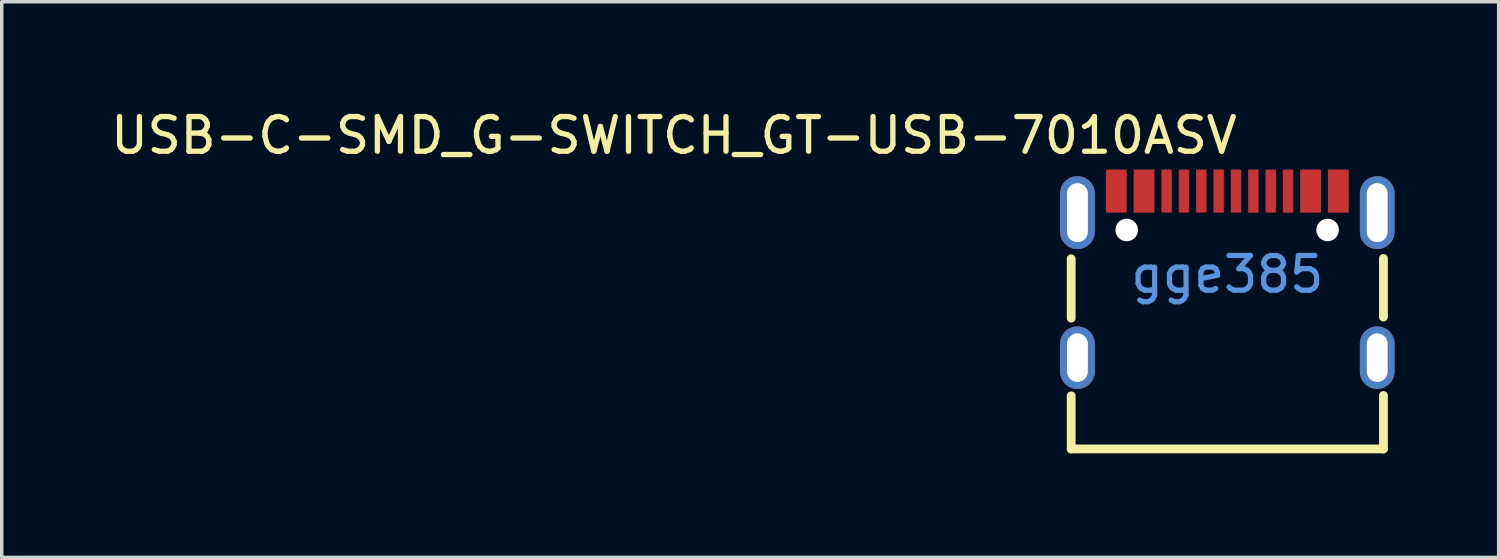
<source format=kicad_pcb>
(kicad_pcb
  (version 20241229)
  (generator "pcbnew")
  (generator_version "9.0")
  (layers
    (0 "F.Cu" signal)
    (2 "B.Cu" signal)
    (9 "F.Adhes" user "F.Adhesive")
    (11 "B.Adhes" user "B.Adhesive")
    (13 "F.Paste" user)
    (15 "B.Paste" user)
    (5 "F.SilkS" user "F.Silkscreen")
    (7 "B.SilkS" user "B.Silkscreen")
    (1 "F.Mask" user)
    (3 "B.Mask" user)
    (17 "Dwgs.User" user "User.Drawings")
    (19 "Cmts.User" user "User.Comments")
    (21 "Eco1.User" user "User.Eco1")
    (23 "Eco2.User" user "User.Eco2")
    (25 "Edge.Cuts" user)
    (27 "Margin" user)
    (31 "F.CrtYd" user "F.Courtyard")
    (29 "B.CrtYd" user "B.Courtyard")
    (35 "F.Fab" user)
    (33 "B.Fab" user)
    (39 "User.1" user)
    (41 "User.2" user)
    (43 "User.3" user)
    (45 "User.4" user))
  (footprint "USB-C-SMD_G-SWITCH_GT-USB-7010ASV"
    (layer "F.Cu")
    (at 32.322 4.858)
    (property "Reference" "USB-C-SMD_G-SWITCH_GT-USB-7010ASV" (at 0.366 -4.004 180) (layer "F.SilkS") (effects (font (size 1 1) (thickness 0.153)) (justify right)))
    (attr smd)
    (fp_line (start -4.5 1.26) (end -4.5 -0.45) (stroke (width 0.254) (type solid)) (layer "F.SilkS"))
    (fp_line (start -4.5 5.03) (end -4.5 3.5) (stroke (width 0.254) (type solid)) (layer "F.SilkS"))
    (fp_line (start 4.5 1.23) (end 4.5 -0.46) (stroke (width 0.254) (type solid)) (layer "F.SilkS"))
    (fp_line (start 4.5 5.03) (end -4.5 5.03) (stroke (width 0.254) (type solid)) (layer "F.SilkS"))
    (fp_line (start 4.5 5.03) (end 4.5 3.49) (stroke (width 0.254) (type solid)) (layer "F.SilkS"))
    (fp_poly (pts (xy -3.5 -3.02) (xy -2.9 -3.02) (xy -2.9 -1.78) (xy -3.5 -1.78)) (stroke (width 0) (type solid)) (fill yes) (layer "F.Paste"))
    (fp_poly (pts (xy -2.7 -3.02) (xy -2.1 -3.02) (xy -2.1 -1.78) (xy -2.7 -1.78)) (stroke (width 0) (type solid)) (fill yes) (layer "F.Paste"))
    (fp_poly (pts (xy -1.9 -3.02) (xy -1.6 -3.02) (xy -1.6 -1.78) (xy -1.9 -1.78)) (stroke (width 0) (type solid)) (fill yes) (layer "F.Paste"))
    (fp_poly (pts (xy -1.4 -3.02) (xy -1.1 -3.02) (xy -1.1 -1.78) (xy -1.4 -1.78)) (stroke (width 0) (type solid)) (fill yes) (layer "F.Paste"))
    (fp_poly (pts (xy -0.9 -3.02) (xy -0.6 -3.02) (xy -0.6 -1.78) (xy -0.9 -1.78)) (stroke (width 0) (type solid)) (fill yes) (layer "F.Paste"))
    (fp_poly (pts (xy -0.4 -3.02) (xy -0.1 -3.02) (xy -0.1 -1.78) (xy -0.4 -1.78)) (stroke (width 0) (type solid)) (fill yes) (layer "F.Paste"))
    (fp_poly (pts (xy 0.1 -3.02) (xy 0.4 -3.02) (xy 0.4 -1.78) (xy 0.1 -1.78)) (stroke (width 0) (type solid)) (fill yes) (layer "F.Paste"))
    (fp_poly (pts (xy 0.6 -3.02) (xy 0.9 -3.02) (xy 0.9 -1.78) (xy 0.6 -1.78)) (stroke (width 0) (type solid)) (fill yes) (layer "F.Paste"))
    (fp_poly (pts (xy 1.1 -3.02) (xy 1.4 -3.02) (xy 1.4 -1.78) (xy 1.1 -1.78)) (stroke (width 0) (type solid)) (fill yes) (layer "F.Paste"))
    (fp_poly (pts (xy 1.6 -3.02) (xy 1.9 -3.02) (xy 1.9 -1.78) (xy 1.6 -1.78)) (stroke (width 0) (type solid)) (fill yes) (layer "F.Paste"))
    (fp_poly (pts (xy 2.1 -3.02) (xy 2.7 -3.02) (xy 2.7 -1.78) (xy 2.1 -1.78)) (stroke (width 0) (type solid)) (fill yes) (layer "F.Paste"))
    (fp_poly (pts (xy 2.9 -3.02) (xy 3.5 -3.02) (xy 3.5 -1.78) (xy 2.9 -1.78)) (stroke (width 0) (type solid)) (fill yes) (layer "F.Paste"))
    (fp_poly (pts (xy -4.283 -2.829) (xy -4.308 -2.83) (xy -4.333 -2.83) (xy -4.357 -2.829) (xy -4.382 -2.826) (xy -4.407 -2.822) (xy -4.431 -2.817) (xy -4.455 -2.811) (xy -4.479 -2.804) (xy -4.503 -2.795) (xy -4.526 -2.786) (xy -4.548 -2.775) (xy -4.57 -2.763) (xy -4.591 -2.75) (xy -4.612 -2.736) (xy -4.632 -2.721) (xy -4.651 -2.705) (xy -4.669 -2.688) (xy -4.687 -2.67) (xy -4.703 -2.651) (xy -4.719 -2.632) (xy -4.733 -2.612) (xy -4.747 -2.591) (xy -4.759 -2.569) (xy -4.771 -2.547) (xy -4.781 -2.524) (xy -4.79 -2.501) (xy -4.798 -2.477) (xy -4.805 -2.453) (xy -4.81 -2.429) (xy -4.814 -2.405) (xy -4.818 -2.38) (xy -4.819 -2.355) (xy -4.82 -2.33) (xy -4.82 -1.23) (xy -4.819 -1.205) (xy -4.818 -1.18) (xy -4.814 -1.155) (xy -4.81 -1.131) (xy -4.805 -1.107) (xy -4.798 -1.083) (xy -4.79 -1.059) (xy -4.781 -1.036) (xy -4.771 -1.013) (xy -4.759 -0.991) (xy -4.747 -0.969) (xy -4.733 -0.948) (xy -4.719 -0.928) (xy -4.703 -0.909) (xy -4.687 -0.89) (xy -4.669 -0.872) (xy -4.651 -0.855) (xy -4.632 -0.839) (xy -4.612 -0.824) (xy -4.591 -0.81) (xy -4.57 -0.797) (xy -4.548 -0.785) (xy -4.526 -0.774) (xy -4.503 -0.765) (xy -4.479 -0.756) (xy -4.455 -0.749) (xy -4.431 -0.742) (xy -4.407 -0.738) (xy -4.382 -0.734) (xy -4.357 -0.731) (xy -4.333 -0.73) (xy -4.308 -0.73) (xy -4.283 -0.731) (xy -4.258 -0.734) (xy -4.233 -0.738) (xy -4.209 -0.742) (xy -4.185 -0.749) (xy -4.161 -0.756) (xy -4.137 -0.765) (xy -4.114 -0.774) (xy -4.092 -0.785) (xy -4.07 -0.797) (xy -4.049 -0.81) (xy -4.028 -0.824) (xy -4.008 -0.839) (xy -3.989 -0.855) (xy -3.971 -0.872) (xy -3.954 -0.89) (xy -3.937 -0.909) (xy -3.921 -0.928) (xy -3.907 -0.948) (xy -3.893 -0.969) (xy -3.881 -0.991) (xy -3.87 -1.013) (xy -3.859 -1.036) (xy -3.85 -1.059) (xy -3.842 -1.083) (xy -3.835 -1.107) (xy -3.83 -1.131) (xy -3.826 -1.155) (xy -3.822 -1.18) (xy -3.821 -1.205) (xy -3.82 -1.23) (xy -3.82 -2.33) (xy -3.821 -2.355) (xy -3.822 -2.38) (xy -3.826 -2.405) (xy -3.83 -2.429) (xy -3.835 -2.453) (xy -3.842 -2.477) (xy -3.85 -2.501) (xy -3.859 -2.524) (xy -3.87 -2.547) (xy -3.881 -2.569) (xy -3.893 -2.591) (xy -3.907 -2.612) (xy -3.921 -2.632) (xy -3.937 -2.651) (xy -3.954 -2.67) (xy -3.971 -2.688) (xy -3.989 -2.705) (xy -4.008 -2.721) (xy -4.028 -2.736) (xy -4.049 -2.75) (xy -4.07 -2.763) (xy -4.092 -2.775) (xy -4.114 -2.786) (xy -4.137 -2.795) (xy -4.161 -2.804) (xy -4.185 -2.811) (xy -4.209 -2.817) (xy -4.233 -2.822) (xy -4.258 -2.826)) (stroke (width 0) (type solid)) (fill yes) (layer "F.Paste"))
    (fp_poly (pts (xy -4.283 1.501) (xy -4.308 1.5) (xy -4.333 1.5) (xy -4.357 1.501) (xy -4.382 1.504) (xy -4.407 1.508) (xy -4.431 1.513) (xy -4.455 1.519) (xy -4.479 1.526) (xy -4.503 1.535) (xy -4.526 1.544) (xy -4.548 1.555) (xy -4.57 1.567) (xy -4.591 1.58) (xy -4.612 1.594) (xy -4.632 1.609) (xy -4.651 1.625) (xy -4.669 1.642) (xy -4.687 1.66) (xy -4.703 1.679) (xy -4.719 1.698) (xy -4.733 1.718) (xy -4.747 1.739) (xy -4.759 1.761) (xy -4.771 1.783) (xy -4.781 1.806) (xy -4.79 1.829) (xy -4.798 1.853) (xy -4.805 1.877) (xy -4.81 1.901) (xy -4.814 1.926) (xy -4.818 1.95) (xy -4.819 1.975) (xy -4.82 2) (xy -4.82 2.8) (xy -4.819 2.825) (xy -4.818 2.85) (xy -4.814 2.875) (xy -4.81 2.899) (xy -4.805 2.923) (xy -4.798 2.947) (xy -4.79 2.971) (xy -4.781 2.994) (xy -4.771 3.017) (xy -4.759 3.039) (xy -4.747 3.061) (xy -4.733 3.082) (xy -4.719 3.102) (xy -4.703 3.121) (xy -4.687 3.14) (xy -4.669 3.158) (xy -4.651 3.175) (xy -4.632 3.191) (xy -4.612 3.206) (xy -4.591 3.22) (xy -4.57 3.233) (xy -4.548 3.245) (xy -4.526 3.256) (xy -4.503 3.266) (xy -4.479 3.274) (xy -4.455 3.281) (xy -4.431 3.288) (xy -4.407 3.293) (xy -4.382 3.296) (xy -4.357 3.299) (xy -4.333 3.3) (xy -4.308 3.3) (xy -4.283 3.299) (xy -4.258 3.296) (xy -4.233 3.293) (xy -4.209 3.288) (xy -4.185 3.281) (xy -4.161 3.274) (xy -4.137 3.266) (xy -4.114 3.256) (xy -4.092 3.245) (xy -4.07 3.233) (xy -4.049 3.22) (xy -4.028 3.206) (xy -4.008 3.191) (xy -3.989 3.175) (xy -3.971 3.158) (xy -3.954 3.14) (xy -3.937 3.121) (xy -3.921 3.102) (xy -3.907 3.082) (xy -3.893 3.061) (xy -3.881 3.039) (xy -3.87 3.017) (xy -3.859 2.994) (xy -3.85 2.971) (xy -3.842 2.947) (xy -3.835 2.923) (xy -3.83 2.899) (xy -3.826 2.875) (xy -3.822 2.85) (xy -3.821 2.825) (xy -3.82 2.8) (xy -3.82 2) (xy -3.821 1.975) (xy -3.822 1.95) (xy -3.826 1.926) (xy -3.83 1.901) (xy -3.835 1.877) (xy -3.842 1.853) (xy -3.85 1.829) (xy -3.859 1.806) (xy -3.87 1.783) (xy -3.881 1.761) (xy -3.893 1.739) (xy -3.907 1.718) (xy -3.921 1.698) (xy -3.937 1.679) (xy -3.954 1.66) (xy -3.971 1.642) (xy -3.989 1.625) (xy -4.008 1.609) (xy -4.028 1.594) (xy -4.049 1.58) (xy -4.07 1.567) (xy -4.092 1.555) (xy -4.114 1.544) (xy -4.137 1.535) (xy -4.161 1.526) (xy -4.185 1.519) (xy -4.209 1.513) (xy -4.233 1.508) (xy -4.258 1.504)) (stroke (width 0) (type solid)) (fill yes) (layer "F.Paste"))
    (fp_poly (pts (xy 4.357 -2.829) (xy 4.333 -2.83) (xy 4.308 -2.83) (xy 4.283 -2.829) (xy 4.258 -2.826) (xy 4.233 -2.822) (xy 4.209 -2.817) (xy 4.185 -2.811) (xy 4.161 -2.804) (xy 4.137 -2.795) (xy 4.114 -2.786) (xy 4.092 -2.775) (xy 4.07 -2.763) (xy 4.049 -2.75) (xy 4.028 -2.736) (xy 4.008 -2.721) (xy 3.989 -2.705) (xy 3.971 -2.688) (xy 3.954 -2.67) (xy 3.937 -2.651) (xy 3.922 -2.632) (xy 3.907 -2.612) (xy 3.893 -2.591) (xy 3.881 -2.569) (xy 3.87 -2.547) (xy 3.859 -2.524) (xy 3.85 -2.501) (xy 3.842 -2.477) (xy 3.836 -2.453) (xy 3.83 -2.429) (xy 3.826 -2.405) (xy 3.823 -2.38) (xy 3.821 -2.355) (xy 3.82 -2.33) (xy 3.82 -1.23) (xy 3.821 -1.205) (xy 3.823 -1.18) (xy 3.826 -1.155) (xy 3.83 -1.131) (xy 3.836 -1.107) (xy 3.842 -1.083) (xy 3.85 -1.059) (xy 3.859 -1.036) (xy 3.87 -1.013) (xy 3.881 -0.991) (xy 3.893 -0.969) (xy 3.907 -0.948) (xy 3.922 -0.928) (xy 3.937 -0.909) (xy 3.954 -0.89) (xy 3.971 -0.872) (xy 3.989 -0.855) (xy 4.008 -0.839) (xy 4.028 -0.824) (xy 4.049 -0.81) (xy 4.07 -0.797) (xy 4.092 -0.785) (xy 4.114 -0.774) (xy 4.137 -0.765) (xy 4.161 -0.756) (xy 4.185 -0.749) (xy 4.209 -0.742) (xy 4.233 -0.738) (xy 4.258 -0.734) (xy 4.283 -0.731) (xy 4.308 -0.73) (xy 4.333 -0.73) (xy 4.357 -0.731) (xy 4.382 -0.734) (xy 4.407 -0.738) (xy 4.431 -0.742) (xy 4.455 -0.749) (xy 4.479 -0.756) (xy 4.503 -0.765) (xy 4.526 -0.774) (xy 4.548 -0.785) (xy 4.57 -0.797) (xy 4.591 -0.81) (xy 4.612 -0.824) (xy 4.632 -0.839) (xy 4.651 -0.855) (xy 4.669 -0.872) (xy 4.687 -0.89) (xy 4.703 -0.909) (xy 4.719 -0.928) (xy 4.733 -0.948) (xy 4.747 -0.969) (xy 4.759 -0.991) (xy 4.771 -1.013) (xy 4.781 -1.036) (xy 4.79 -1.059) (xy 4.798 -1.083) (xy 4.805 -1.107) (xy 4.81 -1.131) (xy 4.814 -1.155) (xy 4.818 -1.18) (xy 4.819 -1.205) (xy 4.82 -1.23) (xy 4.82 -2.33) (xy 4.819 -2.355) (xy 4.818 -2.38) (xy 4.814 -2.405) (xy 4.81 -2.429) (xy 4.805 -2.453) (xy 4.798 -2.477) (xy 4.79 -2.501) (xy 4.781 -2.524) (xy 4.771 -2.547) (xy 4.759 -2.569) (xy 4.747 -2.591) (xy 4.733 -2.612) (xy 4.719 -2.632) (xy 4.703 -2.651) (xy 4.687 -2.67) (xy 4.669 -2.688) (xy 4.651 -2.705) (xy 4.632 -2.721) (xy 4.612 -2.736) (xy 4.591 -2.75) (xy 4.57 -2.763) (xy 4.548 -2.775) (xy 4.526 -2.786) (xy 4.503 -2.795) (xy 4.479 -2.804) (xy 4.455 -2.811) (xy 4.431 -2.817) (xy 4.407 -2.822) (xy 4.382 -2.826)) (stroke (width 0) (type solid)) (fill yes) (layer "F.Paste"))
    (fp_poly (pts (xy 4.357 1.501) (xy 4.333 1.5) (xy 4.308 1.5) (xy 4.283 1.501) (xy 4.258 1.504) (xy 4.233 1.508) (xy 4.209 1.513) (xy 4.185 1.519) (xy 4.161 1.526) (xy 4.137 1.535) (xy 4.114 1.544) (xy 4.092 1.555) (xy 4.07 1.567) (xy 4.049 1.58) (xy 4.028 1.594) (xy 4.008 1.609) (xy 3.989 1.625) (xy 3.971 1.642) (xy 3.954 1.66) (xy 3.937 1.679) (xy 3.922 1.698) (xy 3.907 1.718) (xy 3.893 1.739) (xy 3.881 1.761) (xy 3.87 1.783) (xy 3.859 1.806) (xy 3.85 1.829) (xy 3.842 1.853) (xy 3.836 1.877) (xy 3.83 1.901) (xy 3.826 1.926) (xy 3.823 1.95) (xy 3.821 1.975) (xy 3.82 2) (xy 3.82 2.8) (xy 3.821 2.825) (xy 3.823 2.85) (xy 3.826 2.875) (xy 3.83 2.899) (xy 3.836 2.923) (xy 3.842 2.947) (xy 3.85 2.971) (xy 3.859 2.994) (xy 3.87 3.017) (xy 3.881 3.039) (xy 3.893 3.061) (xy 3.907 3.082) (xy 3.922 3.102) (xy 3.937 3.121) (xy 3.954 3.14) (xy 3.971 3.158) (xy 3.989 3.175) (xy 4.008 3.191) (xy 4.028 3.206) (xy 4.049 3.22) (xy 4.07 3.233) (xy 4.092 3.245) (xy 4.114 3.256) (xy 4.137 3.266) (xy 4.161 3.274) (xy 4.185 3.281) (xy 4.209 3.288) (xy 4.233 3.293) (xy 4.258 3.296) (xy 4.283 3.299) (xy 4.308 3.3) (xy 4.333 3.3) (xy 4.357 3.299) (xy 4.382 3.296) (xy 4.407 3.293) (xy 4.431 3.288) (xy 4.455 3.281) (xy 4.479 3.274) (xy 4.503 3.266) (xy 4.526 3.256) (xy 4.548 3.245) (xy 4.57 3.233) (xy 4.591 3.22) (xy 4.612 3.206) (xy 4.632 3.191) (xy 4.651 3.175) (xy 4.669 3.158) (xy 4.687 3.14) (xy 4.703 3.121) (xy 4.719 3.102) (xy 4.733 3.082) (xy 4.747 3.061) (xy 4.759 3.039) (xy 4.771 3.017) (xy 4.781 2.994) (xy 4.79 2.971) (xy 4.798 2.947) (xy 4.805 2.923) (xy 4.81 2.899) (xy 4.814 2.875) (xy 4.818 2.85) (xy 4.819 2.825) (xy 4.82 2.8) (xy 4.82 2) (xy 4.819 1.975) (xy 4.818 1.95) (xy 4.814 1.926) (xy 4.81 1.901) (xy 4.805 1.877) (xy 4.798 1.853) (xy 4.79 1.829) (xy 4.781 1.806) (xy 4.771 1.783) (xy 4.759 1.761) (xy 4.747 1.739) (xy 4.733 1.718) (xy 4.719 1.698) (xy 4.703 1.679) (xy 4.687 1.66) (xy 4.669 1.642) (xy 4.651 1.625) (xy 4.632 1.609) (xy 4.612 1.594) (xy 4.591 1.58) (xy 4.57 1.567) (xy 4.548 1.555) (xy 4.526 1.544) (xy 4.503 1.535) (xy 4.479 1.526) (xy 4.455 1.519) (xy 4.431 1.513) (xy 4.407 1.508) (xy 4.382 1.504)) (stroke (width 0) (type solid)) (fill yes) (layer "F.Paste"))
    (fp_circle (center -2.9 -1.28) (end -2.775 -1.28) (stroke (width 0.25) (type solid)) (fill no) (layer "Cmts.User"))
    (fp_circle (center 2.89 -1.28) (end 3.015 -1.28) (stroke (width 0.25) (type solid)) (fill no) (layer "Cmts.User"))
    (fp_text user "gge385" (at 0 0 180) (layer "Cmts.User") (effects (font (size 1 1) (thickness 0.15))))
    (pad "" np_thru_hole circle (at -2.9 -1.28) (size 0.65 0.65) (drill 0.65) (layers "*.Cu" "*.Mask"))
    (pad "" np_thru_hole circle (at 2.89 -1.28) (size 0.65 0.65) (drill 0.65) (layers "*.Cu" "*.Mask"))
    (pad "1" thru_hole oval (at -4.32 -1.78) (size 1 2.1) (drill oval 0.6 1.7) (layers "*.Cu" "*.Paste" "*.Mask"))
    (pad "2" thru_hole oval (at 4.32 -1.78) (size 1 2.1) (drill oval 0.6 1.7) (layers "*.Cu" "*.Paste" "*.Mask"))
    (pad "3" thru_hole oval (at 4.32 2.4) (size 1 1.8) (drill oval 0.6 1.4) (layers "*.Cu" "*.Paste" "*.Mask"))
    (pad "4" thru_hole oval (at -4.32 2.4) (size 1 1.8) (drill oval 0.6 1.4) (layers "*.Cu" "*.Paste" "*.Mask"))
    (pad "A1B12" smd rect (at -3.2 -2.4) (size 0.6 1.24) (layers "F.Cu" "F.Mask" "F.Paste"))
    (pad "A4B9" smd rect (at -2.4 -2.4) (size 0.6 1.24) (layers "F.Cu" "F.Mask" "F.Paste"))
    (pad "A5" smd rect (at -1.25 -2.4) (size 0.3 1.24) (layers "F.Cu" "F.Mask" "F.Paste"))
    (pad "A6" smd rect (at -0.25 -2.4) (size 0.3 1.24) (layers "F.Cu" "F.Mask" "F.Paste"))
    (pad "A7" smd rect (at 0.25 -2.4) (size 0.3 1.24) (layers "F.Cu" "F.Mask" "F.Paste"))
    (pad "A8" smd rect (at 1.25 -2.4) (size 0.3 1.24) (layers "F.Cu" "F.Mask" "F.Paste"))
    (pad "B1A12" smd rect (at 3.2 -2.4) (size 0.6 1.24) (layers "F.Cu" "F.Mask" "F.Paste"))
    (pad "B4A9" smd rect (at 2.4 -2.4) (size 0.6 1.24) (layers "F.Cu" "F.Mask" "F.Paste"))
    (pad "B5" smd rect (at 1.75 -2.4) (size 0.3 1.24) (layers "F.Cu" "F.Mask" "F.Paste"))
    (pad "B6" smd rect (at 0.75 -2.4) (size 0.3 1.24) (layers "F.Cu" "F.Mask" "F.Paste"))
    (pad "B7" smd rect (at -0.75 -2.4) (size 0.3 1.24) (layers "F.Cu" "F.Mask" "F.Paste"))
    (pad "B8" smd rect (at -1.75 -2.4) (size 0.3 1.24) (layers "F.Cu" "F.Mask" "F.Paste")))
  (gr_rect
    (start -3 -3)
    (end 40.142 13.015)
    (stroke (width 0.1) (type default))
    (fill no)
    (layer "Edge.Cuts")))
</source>
